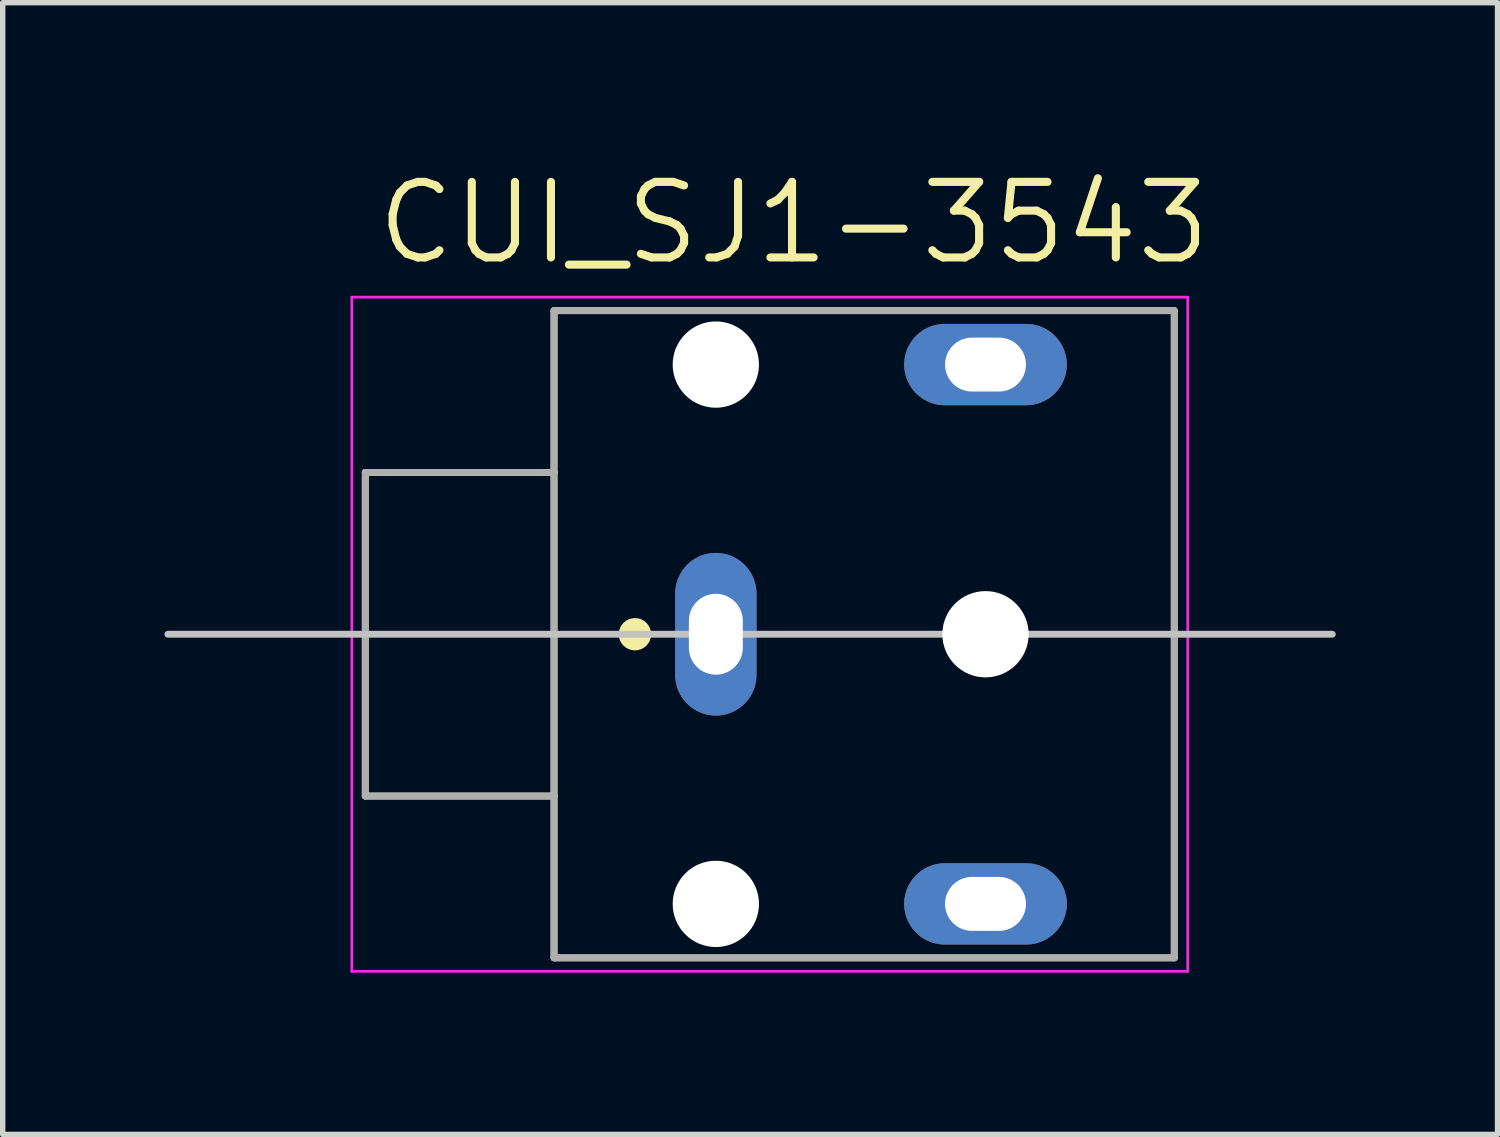
<source format=kicad_pcb>
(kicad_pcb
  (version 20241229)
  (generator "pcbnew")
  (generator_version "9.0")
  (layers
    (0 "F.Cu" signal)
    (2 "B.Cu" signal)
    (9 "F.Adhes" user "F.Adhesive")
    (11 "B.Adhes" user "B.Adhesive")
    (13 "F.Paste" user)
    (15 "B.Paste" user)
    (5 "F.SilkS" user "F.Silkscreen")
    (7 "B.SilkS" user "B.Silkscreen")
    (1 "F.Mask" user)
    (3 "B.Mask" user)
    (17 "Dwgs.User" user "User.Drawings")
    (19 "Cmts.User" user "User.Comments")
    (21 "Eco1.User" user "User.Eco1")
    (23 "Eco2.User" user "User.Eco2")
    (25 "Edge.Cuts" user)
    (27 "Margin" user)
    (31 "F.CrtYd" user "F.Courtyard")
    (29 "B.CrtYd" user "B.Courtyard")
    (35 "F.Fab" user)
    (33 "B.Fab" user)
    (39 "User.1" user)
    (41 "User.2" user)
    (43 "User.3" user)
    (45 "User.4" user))
  (footprint "CUI_SJ1-3543"
    (layer "F.Cu")
    (at 10.223 8.71)
    (property "Reference" "CUI_SJ1-3543" (at 1.446 -7.627 0) (layer "F.SilkS") (effects (font (size 1.401 1.401) (thickness 0.15))))
    (attr through_hole)
    (fp_line (start -6.5 -3) (end -6.5 3) (stroke (width 0.127) (type solid)) (layer "F.SilkS"))
    (fp_line (start -6.5 3) (end -3 3) (stroke (width 0.127) (type solid)) (layer "F.SilkS"))
    (fp_line (start -3 -6) (end -3 -3) (stroke (width 0.127) (type solid)) (layer "F.SilkS"))
    (fp_line (start -3 -6) (end 8.5 -6) (stroke (width 0.127) (type solid)) (layer "F.SilkS"))
    (fp_line (start -3 -3) (end -6.5 -3) (stroke (width 0.127) (type solid)) (layer "F.SilkS"))
    (fp_line (start -3 -3) (end -3 3) (stroke (width 0.127) (type solid)) (layer "F.SilkS"))
    (fp_line (start -3 3) (end -3 6) (stroke (width 0.127) (type solid)) (layer "F.SilkS"))
    (fp_line (start 8.5 -6) (end 8.5 6) (stroke (width 0.127) (type solid)) (layer "F.SilkS"))
    (fp_line (start 8.5 6) (end -3 6) (stroke (width 0.127) (type solid)) (layer "F.SilkS"))
    (fp_circle (center -1.5 0) (end -1.35 0) (stroke (width 0.3) (type solid)) (fill no) (layer "F.SilkS"))
    (fp_line (start -10.16 0) (end 11.43 0) (stroke (width 0.127) (type solid)) (layer "Dwgs.User"))
    (fp_line (start -6.75 -6.25) (end 8.75 -6.25) (stroke (width 0.05) (type solid)) (layer "F.CrtYd"))
    (fp_line (start -6.75 6.25) (end -6.75 -6.25) (stroke (width 0.05) (type solid)) (layer "F.CrtYd"))
    (fp_line (start 8.75 -6.25) (end 8.75 6.25) (stroke (width 0.05) (type solid)) (layer "F.CrtYd"))
    (fp_line (start 8.75 6.25) (end -6.75 6.25) (stroke (width 0.05) (type solid)) (layer "F.CrtYd"))
    (fp_line (start -6.5 -3) (end -6.5 3) (stroke (width 0.127) (type solid)) (layer "F.Fab"))
    (fp_line (start -6.5 3) (end -3 3) (stroke (width 0.127) (type solid)) (layer "F.Fab"))
    (fp_line (start -3 -6) (end 8.5 -6) (stroke (width 0.127) (type solid)) (layer "F.Fab"))
    (fp_line (start -3 -3) (end -6.5 -3) (stroke (width 0.127) (type solid)) (layer "F.Fab"))
    (fp_line (start -3 -3) (end -3 -6) (stroke (width 0.127) (type solid)) (layer "F.Fab"))
    (fp_line (start -3 3) (end -3 -3) (stroke (width 0.127) (type solid)) (layer "F.Fab"))
    (fp_line (start -3 6) (end -3 3) (stroke (width 0.127) (type solid)) (layer "F.Fab"))
    (fp_line (start 8.5 -6) (end 8.5 6) (stroke (width 0.127) (type solid)) (layer "F.Fab"))
    (fp_line (start 8.5 6) (end -3 6) (stroke (width 0.127) (type solid)) (layer "F.Fab"))
    (pad "" np_thru_hole circle (at 0 -5) (size 1.6 1.6) (drill 1.6) (layers "*.Cu" "*.Mask"))
    (pad "" np_thru_hole circle (at 0 5) (size 1.6 1.6) (drill 1.6) (layers "*.Cu" "*.Mask"))
    (pad "" np_thru_hole circle (at 5 0) (size 1.6 1.6) (drill 1.6) (layers "*.Cu" "*.Mask"))
    (pad "1" thru_hole oval (at 0 0) (size 1.508 3.016) (drill oval 1 1.5) (layers "*.Cu" "*.Mask"))
    (pad "2" thru_hole oval (at 5 5) (size 3.016 1.508) (drill oval 1.5 1) (layers "*.Cu" "*.Mask"))
    (pad "3" thru_hole oval (at 5 -5) (size 3.016 1.508) (drill oval 1.5 1) (layers "*.Cu" "*.Mask")))
  (gr_rect
    (start -3 -3)
    (end 24.717 17.985)
    (stroke (width 0.1) (type default))
    (fill no)
    (layer "Edge.Cuts")))
</source>
